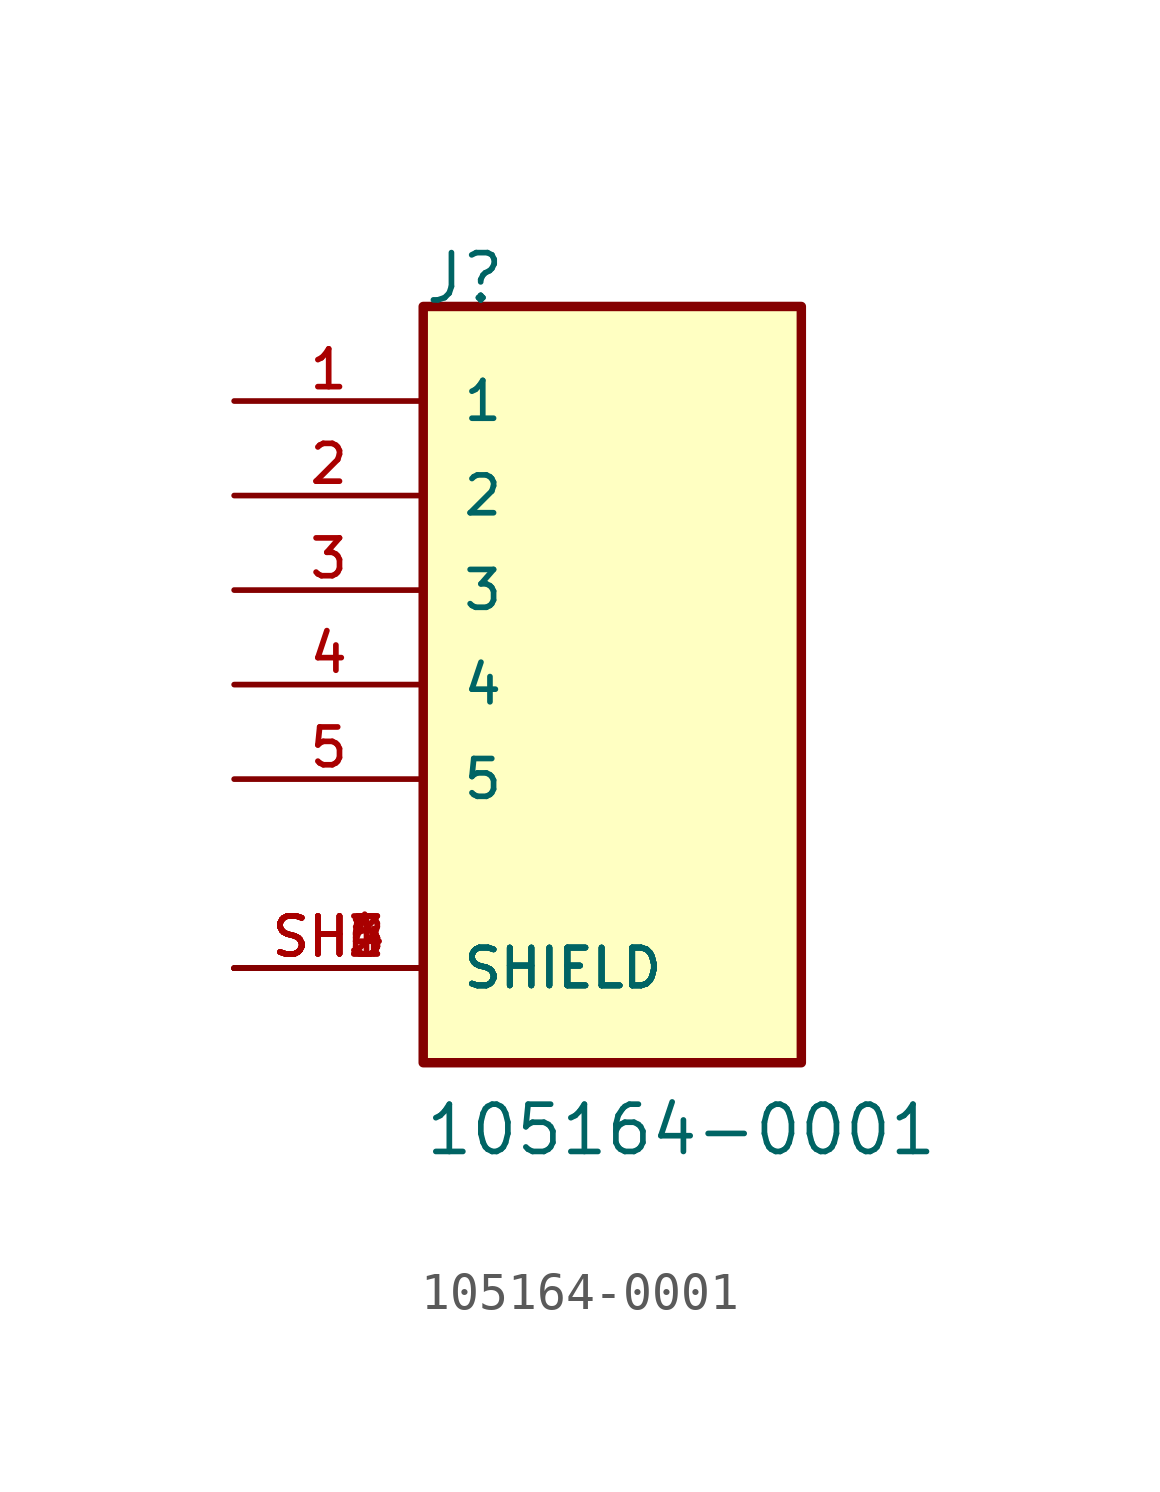
<source format=kicad_sym>
(kicad_symbol_lib
  (version 20211014)
  (generator kicad_symbol_editor)
  (symbol "105164-0001"
    (pin_names
      (offset 1.016))
    (property "Reference" "J"
      (at -5.087 10.174 0)
      (effects (font (size 1.27 1.27)) (justify bottom left)))
    (property "Value" "105164-0001"
      (at -5.083 -12.708 0)
      (effects (font (size 1.27 1.27)) (justify bottom left)))
    (symbol "105164-0001_0_0"
      (rectangle (start -5.08 -10.16) (end 5.08 10.16) (stroke (width 0.254)) (fill (type background)))
      (pin passive line (at -10.16 7.62 0) (length 5.08) (name "1" (effects (font (size 1.016 1.016)))) (number "1" (effects (font (size 1.016 1.016)))))
      (pin passive line (at -10.16 5.08 0) (length 5.08) (name "2" (effects (font (size 1.016 1.016)))) (number "2" (effects (font (size 1.016 1.016)))))
      (pin passive line (at -10.16 2.54 0) (length 5.08) (name "3" (effects (font (size 1.016 1.016)))) (number "3" (effects (font (size 1.016 1.016)))))
      (pin passive line (at -10.16 0.0 0) (length 5.08) (name "4" (effects (font (size 1.016 1.016)))) (number "4" (effects (font (size 1.016 1.016)))))
      (pin passive line (at -10.16 -2.54 0) (length 5.08) (name "5" (effects (font (size 1.016 1.016)))) (number "5" (effects (font (size 1.016 1.016)))))
      (pin passive line (at -10.16 -7.62 0) (length 5.08) (name "SHIELD" (effects (font (size 1.016 1.016)))) (number "SH1" (effects (font (size 1.016 1.016)))))
      (pin passive line (at -10.16 -7.62 0) (length 5.08) (name "SHIELD" (effects (font (size 1.016 1.016)))) (number "SH2" (effects (font (size 1.016 1.016)))))
      (pin passive line (at -10.16 -7.62 0) (length 5.08) (name "SHIELD" (effects (font (size 1.016 1.016)))) (number "SH3" (effects (font (size 1.016 1.016)))))
      (pin passive line (at -10.16 -7.62 0) (length 5.08) (name "SHIELD" (effects (font (size 1.016 1.016)))) (number "SH4" (effects (font (size 1.016 1.016)))))
      (pin passive line (at -10.16 -7.62 0) (length 5.08) (name "SHIELD" (effects (font (size 1.016 1.016)))) (number "SH5" (effects (font (size 1.016 1.016)))))
      (pin passive line (at -10.16 -7.62 0) (length 5.08) (name "SHIELD" (effects (font (size 1.016 1.016)))) (number "SH6" (effects (font (size 1.016 1.016))))))))
</source>
